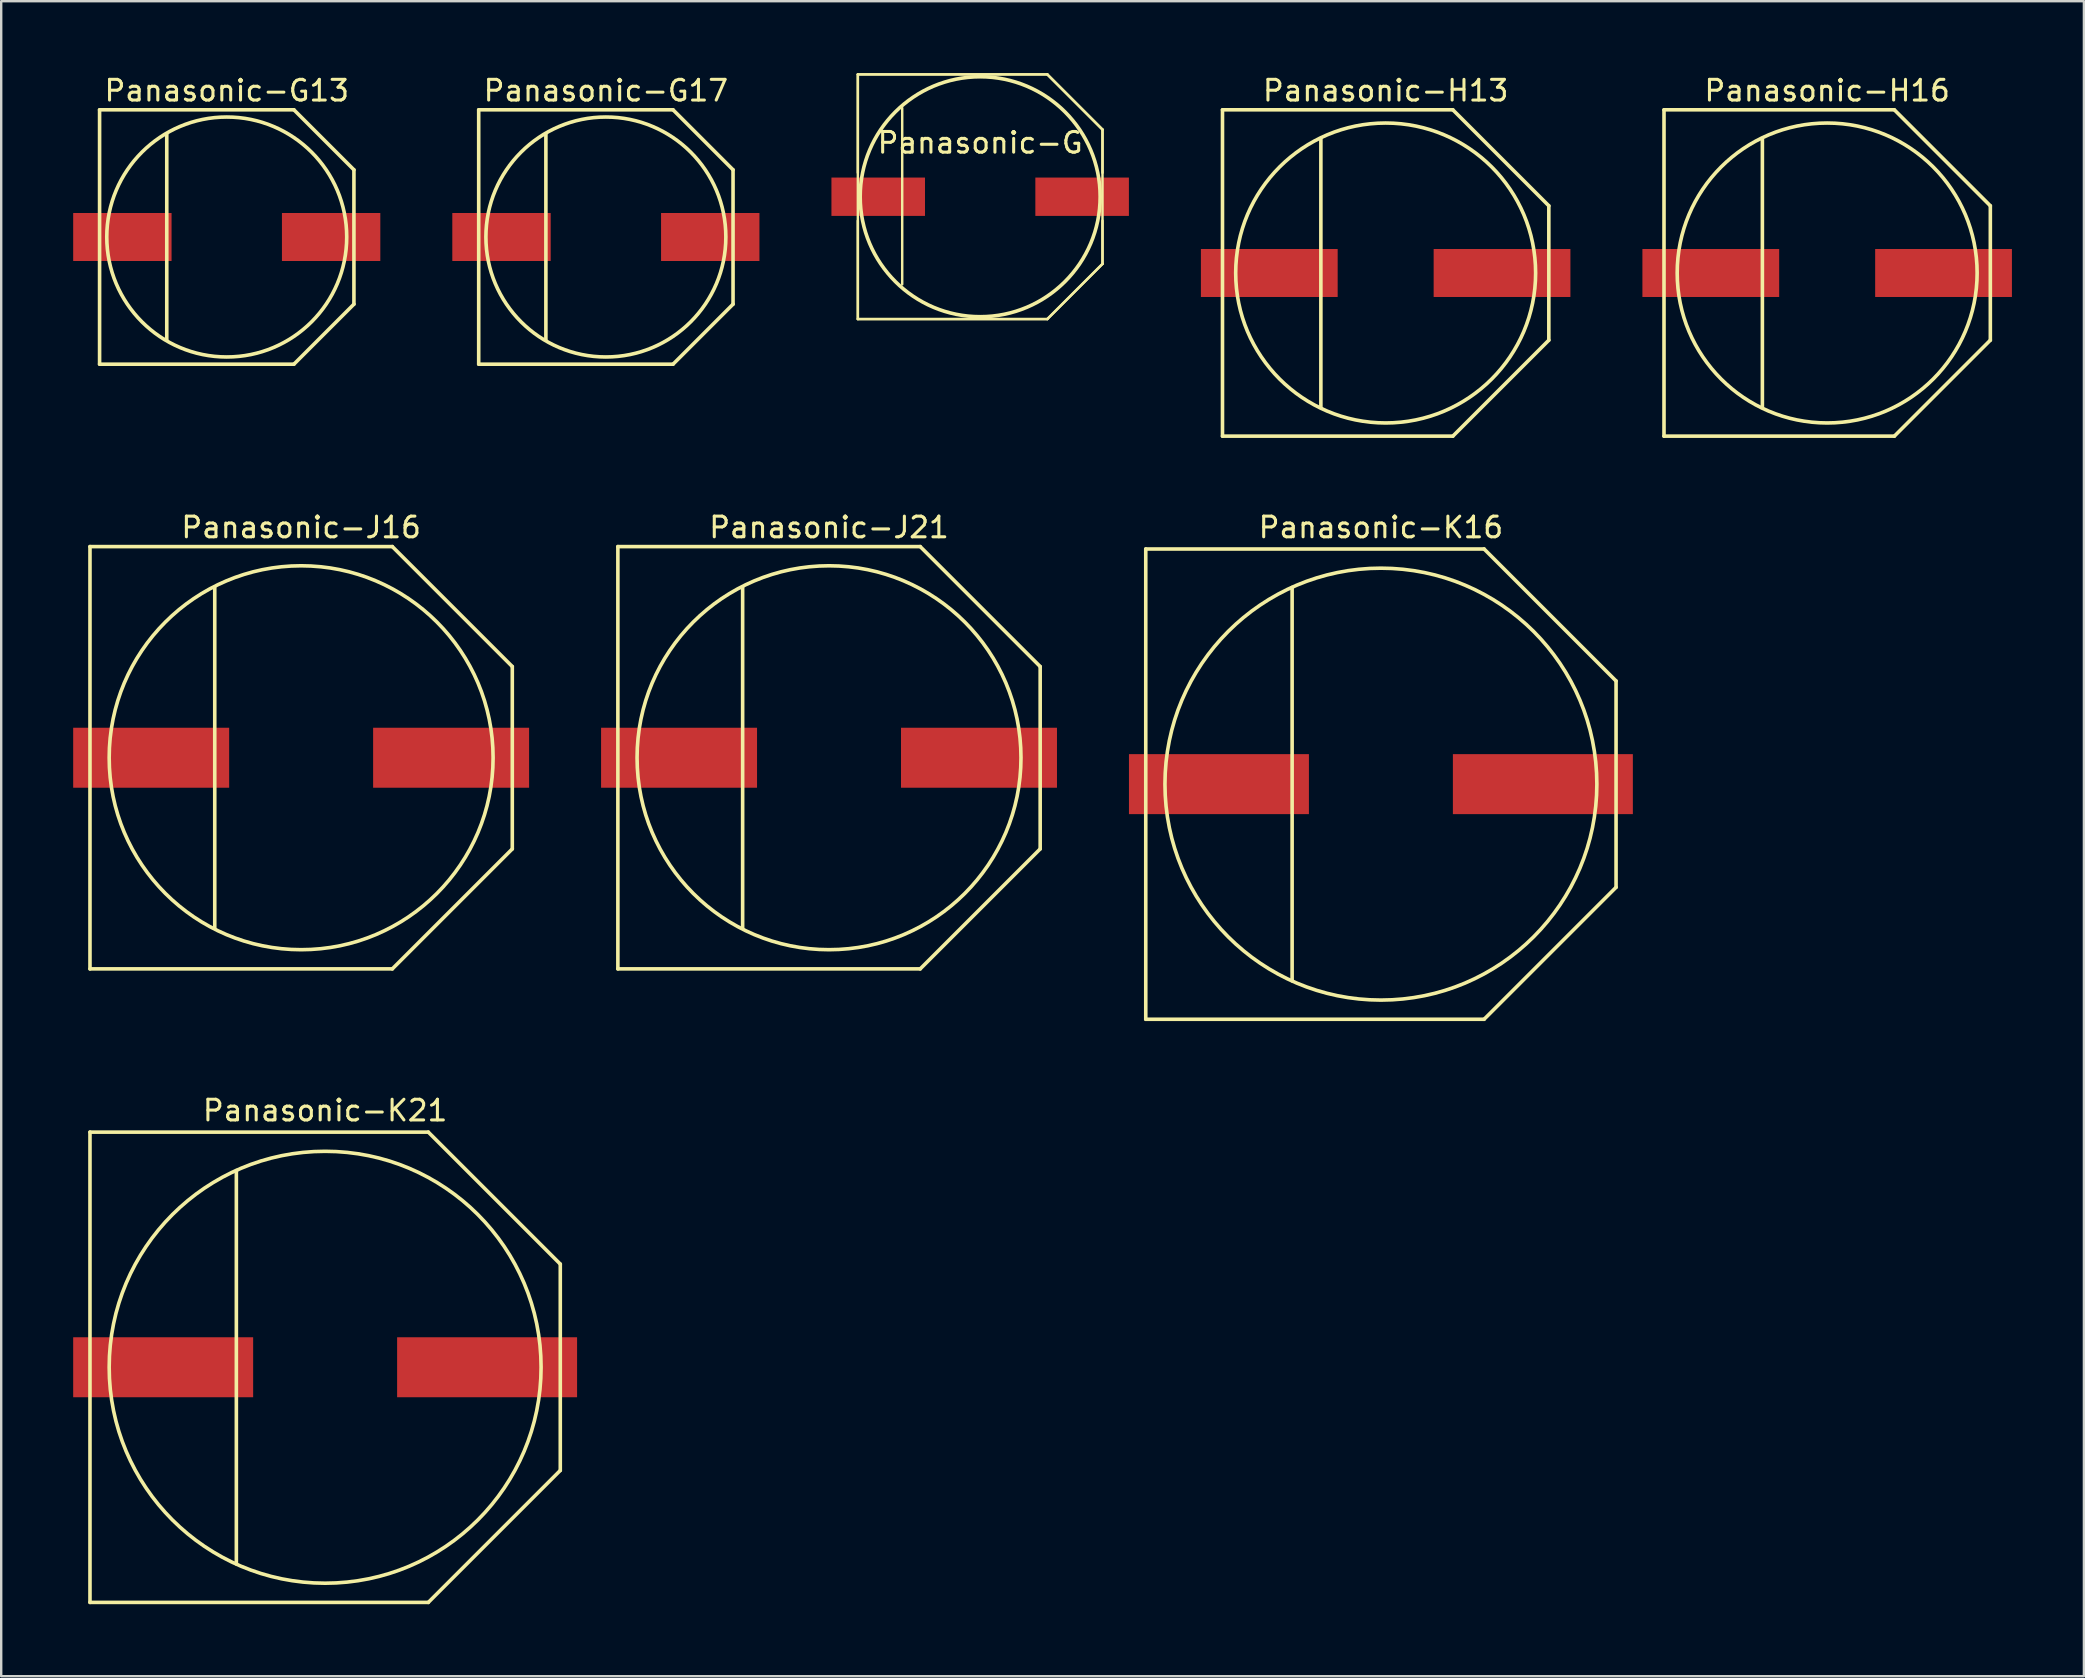
<source format=kicad_pcb>
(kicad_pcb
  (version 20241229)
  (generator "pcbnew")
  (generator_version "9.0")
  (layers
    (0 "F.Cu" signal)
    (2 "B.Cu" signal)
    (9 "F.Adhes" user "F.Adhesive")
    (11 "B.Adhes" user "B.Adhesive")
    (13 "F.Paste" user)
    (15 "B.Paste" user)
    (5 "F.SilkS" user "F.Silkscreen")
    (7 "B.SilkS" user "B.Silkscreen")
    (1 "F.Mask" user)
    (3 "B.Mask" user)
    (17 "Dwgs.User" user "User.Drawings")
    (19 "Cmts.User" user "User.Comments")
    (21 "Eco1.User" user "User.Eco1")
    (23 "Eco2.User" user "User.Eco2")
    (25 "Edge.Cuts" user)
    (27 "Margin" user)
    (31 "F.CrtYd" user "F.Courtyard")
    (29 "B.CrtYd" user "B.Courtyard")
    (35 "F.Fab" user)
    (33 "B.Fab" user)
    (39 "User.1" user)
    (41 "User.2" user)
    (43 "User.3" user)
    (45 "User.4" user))
  (footprint "Panasonic-H13"
    (layer "F.Cu")
    (at 54.698 8.327)
    (property "Reference" "Panasonic-H13" (at 0 -7.6 0) (layer "F.SilkS") (effects (font (size 0.862 0.862) (thickness 0.127))))
    (attr smd)
    (fp_line (start -6.8 -6.8) (end 2.8 -6.8) (stroke (width 0.15) (type solid)) (layer "F.SilkS"))
    (fp_line (start -6.8 6.8) (end -6.8 -6.8) (stroke (width 0.15) (type solid)) (layer "F.SilkS"))
    (fp_line (start -2.7 -5.6) (end -2.7 5.6) (stroke (width 0.15) (type solid)) (layer "F.SilkS"))
    (fp_line (start 2.8 6.8) (end -6.8 6.8) (stroke (width 0.15) (type solid)) (layer "F.SilkS"))
    (fp_line (start 2.8 6.8) (end 6.8 2.8) (stroke (width 0.15) (type solid)) (layer "F.SilkS"))
    (fp_line (start 6.8 -2.8) (end 2.8 -6.8) (stroke (width 0.15) (type solid)) (layer "F.SilkS"))
    (fp_line (start 6.8 -2.8) (end 6.8 2.8) (stroke (width 0.15) (type solid)) (layer "F.SilkS"))
    (fp_circle (center 0 0) (end 6.25 0) (stroke (width 0.15) (type solid)) (fill no) (layer "F.SilkS"))
    (pad "1" smd rect (at 4.85 0) (size 5.7 2) (layers "F.Cu" "F.Mask" "F.Paste"))
    (pad "2" smd rect (at -4.85 0) (size 5.7 2) (layers "F.Cu" "F.Mask" "F.Paste")))
  (footprint "Panasonic-H16"
    (layer "F.Cu")
    (at 73.098 8.327)
    (property "Reference" "Panasonic-H16" (at 0 -7.6 0) (layer "F.SilkS") (effects (font (size 0.862 0.862) (thickness 0.127))))
    (attr smd)
    (fp_line (start -6.8 -6.8) (end 2.8 -6.8) (stroke (width 0.15) (type solid)) (layer "F.SilkS"))
    (fp_line (start -6.8 6.8) (end -6.8 -6.8) (stroke (width 0.15) (type solid)) (layer "F.SilkS"))
    (fp_line (start -2.7 -5.6) (end -2.7 5.6) (stroke (width 0.15) (type solid)) (layer "F.SilkS"))
    (fp_line (start 2.8 6.8) (end -6.8 6.8) (stroke (width 0.15) (type solid)) (layer "F.SilkS"))
    (fp_line (start 2.8 6.8) (end 6.8 2.8) (stroke (width 0.15) (type solid)) (layer "F.SilkS"))
    (fp_line (start 6.8 -2.8) (end 2.8 -6.8) (stroke (width 0.15) (type solid)) (layer "F.SilkS"))
    (fp_line (start 6.8 -2.8) (end 6.8 2.8) (stroke (width 0.15) (type solid)) (layer "F.SilkS"))
    (fp_circle (center 0 0) (end 6.25 0) (stroke (width 0.15) (type solid)) (fill no) (layer "F.SilkS"))
    (pad "1" smd rect (at 4.85 0) (size 5.7 2) (layers "F.Cu" "F.Mask" "F.Paste"))
    (pad "2" smd rect (at -4.85 0) (size 5.7 2) (layers "F.Cu" "F.Mask" "F.Paste")))
  (footprint "Panasonic-G"
    (layer "F.Cu")
    (at 37.799 5.149)
    (property "Reference" "Panasonic-G" (at 0 -2.25 0) (layer "F.SilkS") (effects (font (size 0.862 0.862) (thickness 0.127))))
    (attr smd)
    (fp_line (start -5.098 -5.098) (end 2.799 -5.098) (stroke (width 0.102) (type solid)) (layer "F.SilkS"))
    (fp_line (start -5.098 -5.098) (end 2.799 -5.098) (stroke (width 0.102) (type solid)) (layer "F.SilkS"))
    (fp_line (start -5.098 -0.998) (end -5.098 -5.098) (stroke (width 0.102) (type solid)) (layer "F.SilkS"))
    (fp_line (start -5.098 5.098) (end -5.098 -5.098) (stroke (width 0.102) (type solid)) (layer "F.SilkS"))
    (fp_line (start -5.098 5.098) (end -5.098 0.998) (stroke (width 0.102) (type solid)) (layer "F.SilkS"))
    (fp_line (start -3.249 -3.698) (end -3.249 3.65) (stroke (width 0.102) (type solid)) (layer "F.SilkS"))
    (fp_line (start 2.799 -5.098) (end 5.098 -2.799) (stroke (width 0.102) (type solid)) (layer "F.SilkS"))
    (fp_line (start 2.799 -5.098) (end 5.098 -2.799) (stroke (width 0.102) (type solid)) (layer "F.SilkS"))
    (fp_line (start 2.799 5.098) (end -5.098 5.098) (stroke (width 0.102) (type solid)) (layer "F.SilkS"))
    (fp_line (start 2.799 5.098) (end -5.098 5.098) (stroke (width 0.102) (type solid)) (layer "F.SilkS"))
    (fp_line (start 5.098 -2.799) (end 5.098 -0.998) (stroke (width 0.102) (type solid)) (layer "F.SilkS"))
    (fp_line (start 5.098 -2.799) (end 5.098 2.799) (stroke (width 0.102) (type solid)) (layer "F.SilkS"))
    (fp_line (start 5.098 0.998) (end 5.098 2.799) (stroke (width 0.102) (type solid)) (layer "F.SilkS"))
    (fp_line (start 5.098 2.799) (end 2.799 5.098) (stroke (width 0.102) (type solid)) (layer "F.SilkS"))
    (fp_line (start 5.098 2.799) (end 2.799 5.098) (stroke (width 0.102) (type solid)) (layer "F.SilkS"))
    (fp_circle (center 0 0) (end 5 0) (stroke (width 0.15) (type solid)) (fill no) (layer "F.SilkS"))
    (pad "1" smd rect (at 4.249 0) (size 3.899 1.598) (layers "F.Cu" "F.Mask" "F.Paste"))
    (pad "2" smd rect (at -4.249 0) (size 3.899 1.598) (layers "F.Cu" "F.Mask" "F.Paste")))
  (footprint "Panasonic-G13"
    (layer "F.Cu")
    (at 6.4 6.827)
    (property "Reference" "Panasonic-G13" (at 0 -6.1 0) (layer "F.SilkS") (effects (font (size 0.862 0.862) (thickness 0.127))))
    (attr smd)
    (fp_line (start -5.3 -5.3) (end 2.8 -5.3) (stroke (width 0.15) (type solid)) (layer "F.SilkS"))
    (fp_line (start -5.3 5.3) (end -5.3 -5.3) (stroke (width 0.15) (type solid)) (layer "F.SilkS"))
    (fp_line (start -2.5 -4.3) (end -2.5 4.3) (stroke (width 0.15) (type solid)) (layer "F.SilkS"))
    (fp_line (start 2.8 5.3) (end -5.3 5.3) (stroke (width 0.15) (type solid)) (layer "F.SilkS"))
    (fp_line (start 2.8 5.3) (end 5.3 2.8) (stroke (width 0.15) (type solid)) (layer "F.SilkS"))
    (fp_line (start 5.3 -2.8) (end 2.8 -5.3) (stroke (width 0.15) (type solid)) (layer "F.SilkS"))
    (fp_line (start 5.3 -2.8) (end 5.3 2.8) (stroke (width 0.15) (type solid)) (layer "F.SilkS"))
    (fp_circle (center 0 0) (end 5 0) (stroke (width 0.15) (type solid)) (fill no) (layer "F.SilkS"))
    (pad "1" smd rect (at 4.35 0) (size 4.1 2) (layers "F.Cu" "F.Mask" "F.Paste"))
    (pad "2" smd rect (at -4.35 0) (size 4.1 2) (layers "F.Cu" "F.Mask" "F.Paste")))
  (footprint "Panasonic-J21"
    (layer "F.Cu")
    (at 31.5 28.529)
    (property "Reference" "Panasonic-J21" (at 0 -9.6 0) (layer "F.SilkS") (effects (font (size 0.862 0.862) (thickness 0.127))))
    (attr smd)
    (fp_line (start -8.8 -8.8) (end 3.8 -8.8) (stroke (width 0.15) (type solid)) (layer "F.SilkS"))
    (fp_line (start -8.8 8.8) (end -8.8 -8.8) (stroke (width 0.15) (type solid)) (layer "F.SilkS"))
    (fp_line (start -3.6 -7.1) (end -3.6 7.1) (stroke (width 0.15) (type solid)) (layer "F.SilkS"))
    (fp_line (start 3.8 8.8) (end -8.8 8.8) (stroke (width 0.15) (type solid)) (layer "F.SilkS"))
    (fp_line (start 3.8 8.8) (end 8.8 3.8) (stroke (width 0.15) (type solid)) (layer "F.SilkS"))
    (fp_line (start 8.8 -3.8) (end 3.8 -8.8) (stroke (width 0.15) (type solid)) (layer "F.SilkS"))
    (fp_line (start 8.8 -3.8) (end 8.8 3.8) (stroke (width 0.15) (type solid)) (layer "F.SilkS"))
    (fp_circle (center 0 0) (end 8 0) (stroke (width 0.15) (type solid)) (fill no) (layer "F.SilkS"))
    (pad "1" smd rect (at 6.25 0) (size 6.5 2.5) (layers "F.Cu" "F.Mask" "F.Paste"))
    (pad "2" smd rect (at -6.25 0) (size 6.5 2.5) (layers "F.Cu" "F.Mask" "F.Paste")))
  (footprint "Panasonic-J16"
    (layer "F.Cu")
    (at 9.5 28.529)
    (property "Reference" "Panasonic-J16" (at 0 -9.6 0) (layer "F.SilkS") (effects (font (size 0.862 0.862) (thickness 0.127))))
    (attr smd)
    (fp_line (start -8.8 -8.8) (end 3.8 -8.8) (stroke (width 0.15) (type solid)) (layer "F.SilkS"))
    (fp_line (start -8.8 8.8) (end -8.8 -8.8) (stroke (width 0.15) (type solid)) (layer "F.SilkS"))
    (fp_line (start -3.6 -7.1) (end -3.6 7.1) (stroke (width 0.15) (type solid)) (layer "F.SilkS"))
    (fp_line (start 3.8 8.8) (end -8.8 8.8) (stroke (width 0.15) (type solid)) (layer "F.SilkS"))
    (fp_line (start 3.8 8.8) (end 8.8 3.8) (stroke (width 0.15) (type solid)) (layer "F.SilkS"))
    (fp_line (start 8.8 -3.8) (end 3.8 -8.8) (stroke (width 0.15) (type solid)) (layer "F.SilkS"))
    (fp_line (start 8.8 -3.8) (end 8.8 3.8) (stroke (width 0.15) (type solid)) (layer "F.SilkS"))
    (fp_circle (center 0 0) (end 8 0) (stroke (width 0.15) (type solid)) (fill no) (layer "F.SilkS"))
    (pad "1" smd rect (at 6.25 0) (size 6.5 2.5) (layers "F.Cu" "F.Mask" "F.Paste"))
    (pad "2" smd rect (at -6.25 0) (size 6.5 2.5) (layers "F.Cu" "F.Mask" "F.Paste")))
  (footprint "Panasonic-K21"
    (layer "F.Cu")
    (at 10.5 53.931)
    (property "Reference" "Panasonic-K21" (at 0 -10.7 0) (layer "F.SilkS") (effects (font (size 0.862 0.862) (thickness 0.127))))
    (attr smd)
    (fp_line (start -9.8 -9.8) (end 4.3 -9.8) (stroke (width 0.15) (type solid)) (layer "F.SilkS"))
    (fp_line (start -9.8 9.8) (end -9.8 -9.8) (stroke (width 0.15) (type solid)) (layer "F.SilkS"))
    (fp_line (start -3.7 -8.2) (end -3.7 8.2) (stroke (width 0.15) (type solid)) (layer "F.SilkS"))
    (fp_line (start 4.3 9.8) (end -9.8 9.8) (stroke (width 0.15) (type solid)) (layer "F.SilkS"))
    (fp_line (start 4.3 9.8) (end 9.8 4.3) (stroke (width 0.15) (type solid)) (layer "F.SilkS"))
    (fp_line (start 9.8 -4.3) (end 4.3 -9.8) (stroke (width 0.15) (type solid)) (layer "F.SilkS"))
    (fp_line (start 9.8 -4.3) (end 9.8 4.3) (stroke (width 0.15) (type solid)) (layer "F.SilkS"))
    (fp_circle (center 0 0) (end 9 0) (stroke (width 0.15) (type solid)) (fill no) (layer "F.SilkS"))
    (pad "1" smd rect (at 6.75 0) (size 7.5 2.5) (layers "F.Cu" "F.Mask" "F.Paste"))
    (pad "2" smd rect (at -6.75 0) (size 7.5 2.5) (layers "F.Cu" "F.Mask" "F.Paste")))
  (footprint "Panasonic-G17"
    (layer "F.Cu")
    (at 22.2 6.827)
    (property "Reference" "Panasonic-G17" (at 0 -6.1 0) (layer "F.SilkS") (effects (font (size 0.862 0.862) (thickness 0.127))))
    (attr smd)
    (fp_line (start -5.3 -5.3) (end 2.8 -5.3) (stroke (width 0.15) (type solid)) (layer "F.SilkS"))
    (fp_line (start -5.3 5.3) (end -5.3 -5.3) (stroke (width 0.15) (type solid)) (layer "F.SilkS"))
    (fp_line (start -2.5 4.3) (end -2.5 -4.3) (stroke (width 0.15) (type solid)) (layer "F.SilkS"))
    (fp_line (start 2.8 5.3) (end -5.3 5.3) (stroke (width 0.15) (type solid)) (layer "F.SilkS"))
    (fp_line (start 2.8 5.3) (end 5.3 2.8) (stroke (width 0.15) (type solid)) (layer "F.SilkS"))
    (fp_line (start 5.3 -2.8) (end 2.8 -5.3) (stroke (width 0.15) (type solid)) (layer "F.SilkS"))
    (fp_line (start 5.3 -2.8) (end 5.3 2.8) (stroke (width 0.15) (type solid)) (layer "F.SilkS"))
    (fp_circle (center 0 0) (end 5 0) (stroke (width 0.15) (type solid)) (fill no) (layer "F.SilkS"))
    (pad "1" smd rect (at 4.35 0) (size 4.1 2) (layers "F.Cu" "F.Mask" "F.Paste"))
    (pad "2" smd rect (at -4.35 0) (size 4.1 2) (layers "F.Cu" "F.Mask" "F.Paste")))
  (footprint "Panasonic-K16"
    (layer "F.Cu")
    (at 54.5 29.629)
    (property "Reference" "Panasonic-K16" (at 0 -10.7 0) (layer "F.SilkS") (effects (font (size 0.862 0.862) (thickness 0.127))))
    (attr smd)
    (fp_line (start -9.8 -9.8) (end 4.3 -9.8) (stroke (width 0.15) (type solid)) (layer "F.SilkS"))
    (fp_line (start -9.8 9.8) (end -9.8 -9.8) (stroke (width 0.15) (type solid)) (layer "F.SilkS"))
    (fp_line (start -3.7 -8.2) (end -3.7 8.2) (stroke (width 0.15) (type solid)) (layer "F.SilkS"))
    (fp_line (start 4.3 9.8) (end -9.8 9.8) (stroke (width 0.15) (type solid)) (layer "F.SilkS"))
    (fp_line (start 4.3 9.8) (end 9.8 4.3) (stroke (width 0.15) (type solid)) (layer "F.SilkS"))
    (fp_line (start 9.8 -4.3) (end 4.3 -9.8) (stroke (width 0.15) (type solid)) (layer "F.SilkS"))
    (fp_line (start 9.8 -4.3) (end 9.8 4.3) (stroke (width 0.15) (type solid)) (layer "F.SilkS"))
    (fp_circle (center 0 0) (end 9 0) (stroke (width 0.15) (type solid)) (fill no) (layer "F.SilkS"))
    (pad "1" smd rect (at 6.75 0) (size 7.5 2.5) (layers "F.Cu" "F.Mask" "F.Paste"))
    (pad "2" smd rect (at -6.75 0) (size 7.5 2.5) (layers "F.Cu" "F.Mask" "F.Paste")))
  (gr_rect
    (start -3 -3)
    (end 83.798 66.806)
    (stroke (width 0.1) (type default))
    (fill no)
    (layer "Edge.Cuts")))
</source>
